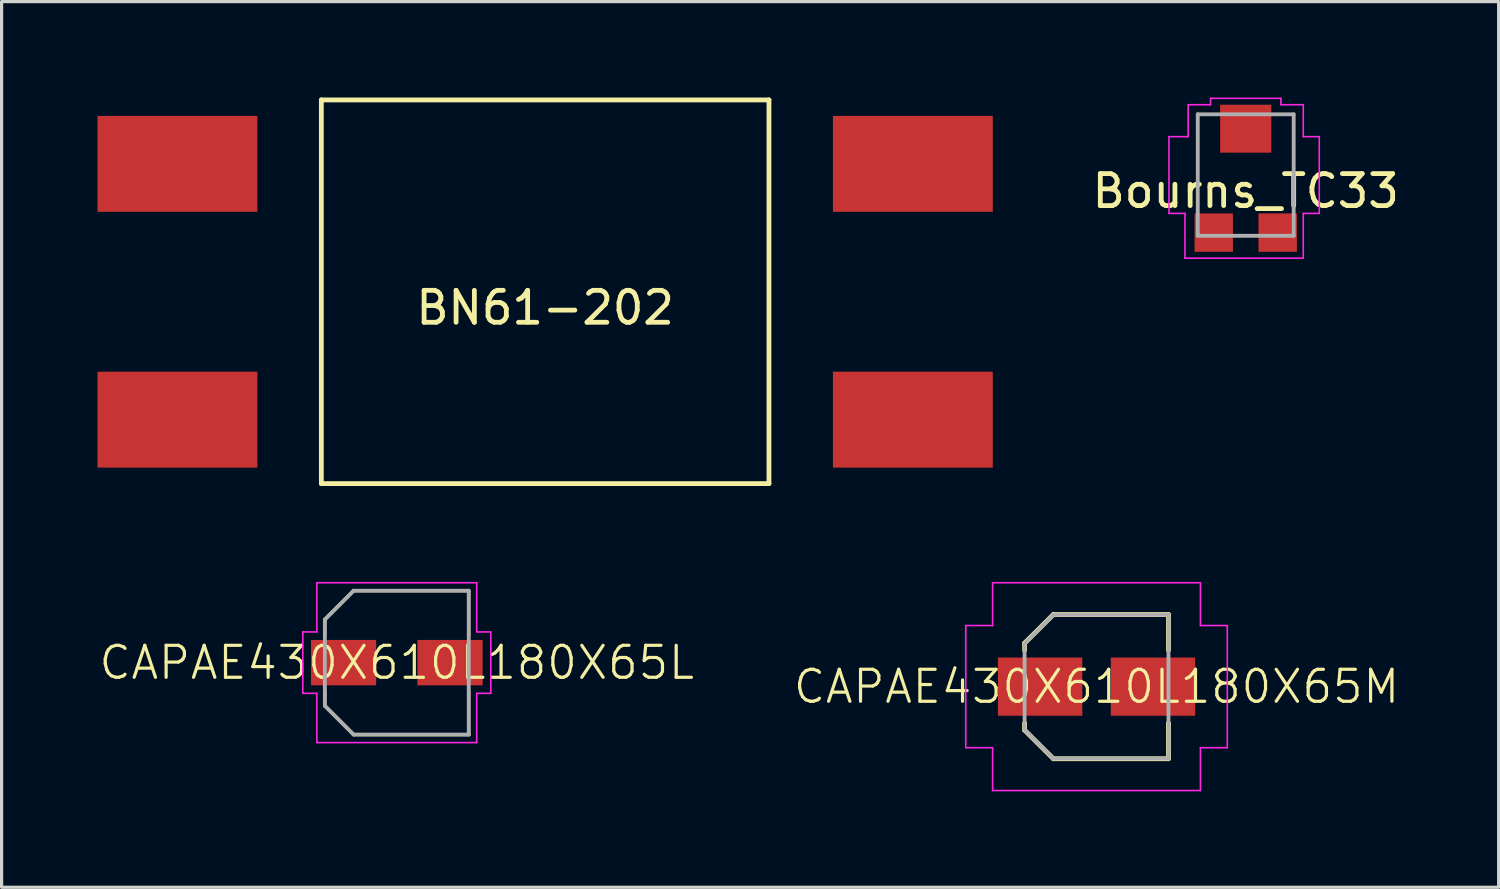
<source format=kicad_pcb>
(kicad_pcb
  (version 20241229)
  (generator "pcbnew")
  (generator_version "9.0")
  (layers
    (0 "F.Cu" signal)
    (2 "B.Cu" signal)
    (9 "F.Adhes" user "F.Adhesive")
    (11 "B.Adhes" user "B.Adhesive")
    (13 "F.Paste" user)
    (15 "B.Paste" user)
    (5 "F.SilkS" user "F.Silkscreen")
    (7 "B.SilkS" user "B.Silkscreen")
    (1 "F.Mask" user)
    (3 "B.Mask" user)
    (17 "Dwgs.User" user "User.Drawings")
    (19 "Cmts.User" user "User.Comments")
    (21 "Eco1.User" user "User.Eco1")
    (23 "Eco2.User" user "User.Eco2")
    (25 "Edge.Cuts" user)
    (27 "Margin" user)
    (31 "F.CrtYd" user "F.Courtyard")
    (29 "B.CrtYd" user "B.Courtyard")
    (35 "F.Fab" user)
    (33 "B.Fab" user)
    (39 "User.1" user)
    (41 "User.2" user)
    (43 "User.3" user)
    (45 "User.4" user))
  (footprint "BN61-202"
    (layer "F.Cu")
    (at 14 6.075)
    (property "Reference" "BN61-202" (at 0 0.5 0) (layer "F.SilkS") (effects (font (size 1 1) (thickness 0.15))))
    (attr through_hole)
    (fp_line (start -7 -6) (end 7 -6) (stroke (width 0.15) (type solid)) (layer "F.SilkS"))
    (fp_line (start -7 6) (end -7 -6) (stroke (width 0.15) (type solid)) (layer "F.SilkS"))
    (fp_line (start 7 -6) (end 7 6) (stroke (width 0.15) (type solid)) (layer "F.SilkS"))
    (fp_line (start 7 6) (end -7 6) (stroke (width 0.15) (type solid)) (layer "F.SilkS"))
    (pad "1" smd rect (at -11.5 -4) (size 5 3) (layers "F.Cu" "F.Mask" "F.Paste"))
    (pad "2" smd rect (at -11.5 4) (size 5 3) (layers "F.Cu" "F.Mask" "F.Paste"))
    (pad "3" smd rect (at 11.5 4) (size 5 3) (layers "F.Cu" "F.Mask" "F.Paste"))
    (pad "4" smd rect (at 11.5 -4) (size 5 3) (layers "F.Cu" "F.Mask" "F.Paste")))
  (footprint "CAPAE430X610L180X65L"
    (layer "F.Cu")
    (at 9.36 17.675)
    (property "Reference" "CAPAE430X610L180X65L" (at 0 0 0) (layer "F.SilkS") (effects (font (size 1 1) (thickness 0.1))))
    (attr smd)
    (fp_line (start -2.25 -1.35) (end -2.25 -0.86) (stroke (width 0.1) (type solid)) (layer "F.SilkS"))
    (fp_line (start -2.25 1.35) (end -2.25 0.86) (stroke (width 0.1) (type solid)) (layer "F.SilkS"))
    (fp_line (start -1.35 -2.25) (end -2.25 -1.35) (stroke (width 0.1) (type solid)) (layer "F.SilkS"))
    (fp_line (start -1.35 2.25) (end -2.25 1.35) (stroke (width 0.1) (type solid)) (layer "F.SilkS"))
    (fp_line (start 2.25 -2.25) (end -1.35 -2.25) (stroke (width 0.1) (type solid)) (layer "F.SilkS"))
    (fp_line (start 2.25 -0.86) (end 2.25 -2.25) (stroke (width 0.1) (type solid)) (layer "F.SilkS"))
    (fp_line (start 2.25 0.86) (end 2.25 2.25) (stroke (width 0.1) (type solid)) (layer "F.SilkS"))
    (fp_line (start 2.25 2.25) (end -1.35 2.25) (stroke (width 0.1) (type solid)) (layer "F.SilkS"))
    (fp_line (start -2.94 -0.96) (end -2.94 0.96) (stroke (width 0.05) (type solid)) (layer "F.CrtYd"))
    (fp_line (start -2.94 0.96) (end -2.5 0.96) (stroke (width 0.05) (type solid)) (layer "F.CrtYd"))
    (fp_line (start -2.5 -2.5) (end -2.5 -0.96) (stroke (width 0.05) (type solid)) (layer "F.CrtYd"))
    (fp_line (start -2.5 -0.96) (end -2.94 -0.96) (stroke (width 0.05) (type solid)) (layer "F.CrtYd"))
    (fp_line (start -2.5 0.96) (end -2.5 2.5) (stroke (width 0.05) (type solid)) (layer "F.CrtYd"))
    (fp_line (start -2.5 2.5) (end 2.5 2.5) (stroke (width 0.05) (type solid)) (layer "F.CrtYd"))
    (fp_line (start 2.5 -2.5) (end -2.5 -2.5) (stroke (width 0.05) (type solid)) (layer "F.CrtYd"))
    (fp_line (start 2.5 -0.96) (end 2.5 -2.5) (stroke (width 0.05) (type solid)) (layer "F.CrtYd"))
    (fp_line (start 2.5 0.96) (end 2.94 0.96) (stroke (width 0.05) (type solid)) (layer "F.CrtYd"))
    (fp_line (start 2.5 2.5) (end 2.5 0.96) (stroke (width 0.05) (type solid)) (layer "F.CrtYd"))
    (fp_line (start 2.94 -0.96) (end 2.5 -0.96) (stroke (width 0.05) (type solid)) (layer "F.CrtYd"))
    (fp_line (start 2.94 0.96) (end 2.94 -0.96) (stroke (width 0.05) (type solid)) (layer "F.CrtYd"))
    (fp_line (start -2.25 -1.35) (end -1.35 -2.25) (stroke (width 0.12) (type solid)) (layer "F.Fab"))
    (fp_line (start -2.25 1.35) (end -2.25 -1.35) (stroke (width 0.12) (type solid)) (layer "F.Fab"))
    (fp_line (start -1.35 -2.25) (end 2.25 -2.25) (stroke (width 0.12) (type solid)) (layer "F.Fab"))
    (fp_line (start -1.35 2.25) (end -2.25 1.35) (stroke (width 0.12) (type solid)) (layer "F.Fab"))
    (fp_line (start 2.25 -2.25) (end 2.25 2.25) (stroke (width 0.12) (type solid)) (layer "F.Fab"))
    (fp_line (start 2.25 2.25) (end -1.35 2.25) (stroke (width 0.12) (type solid)) (layer "F.Fab"))
    (pad "1" smd rect (at -1.665 0) (size 2.04 1.42) (layers "F.Cu" "F.Mask" "F.Paste"))
    (pad "2" smd rect (at 1.665 0) (size 2.04 1.42) (layers "F.Cu" "F.Mask" "F.Paste")))
  (footprint "Bourns_TC33"
    (layer "F.Cu")
    (at 35.911 2.425)
    (property "Reference" "Bourns_TC33" (at 0 0.5 0) (layer "F.SilkS") (effects (font (size 1 1) (thickness 0.15))))
    (attr through_hole)
    (fp_line (start -2.4 -1.2) (end -1.8 -1.2) (stroke (width 0.05) (type solid)) (layer "F.CrtYd"))
    (fp_line (start -2.4 1.2) (end -2.4 -1.2) (stroke (width 0.05) (type solid)) (layer "F.CrtYd"))
    (fp_line (start -1.9 1.2) (end -2.4 1.2) (stroke (width 0.05) (type solid)) (layer "F.CrtYd"))
    (fp_line (start -1.9 2.6) (end -1.9 1.2) (stroke (width 0.05) (type solid)) (layer "F.CrtYd"))
    (fp_line (start -1.8 -2.2) (end -1.1 -2.2) (stroke (width 0.05) (type solid)) (layer "F.CrtYd"))
    (fp_line (start -1.8 -1.2) (end -1.8 -2.2) (stroke (width 0.05) (type solid)) (layer "F.CrtYd"))
    (fp_line (start -1.1 -2.4) (end 1.1 -2.4) (stroke (width 0.05) (type solid)) (layer "F.CrtYd"))
    (fp_line (start -1.1 -2.2) (end -1.1 -2.4) (stroke (width 0.05) (type solid)) (layer "F.CrtYd"))
    (fp_line (start 1.1 -2.4) (end 1.1 -2.2) (stroke (width 0.05) (type solid)) (layer "F.CrtYd"))
    (fp_line (start 1.1 -2.2) (end 1.8 -2.2) (stroke (width 0.05) (type solid)) (layer "F.CrtYd"))
    (fp_line (start 1.8 -2.2) (end 1.8 -1.2) (stroke (width 0.05) (type solid)) (layer "F.CrtYd"))
    (fp_line (start 1.8 -1.2) (end 2.3 -1.2) (stroke (width 0.05) (type solid)) (layer "F.CrtYd"))
    (fp_line (start 1.8 1.2) (end 1.8 2.6) (stroke (width 0.05) (type solid)) (layer "F.CrtYd"))
    (fp_line (start 1.8 2.6) (end -1.9 2.6) (stroke (width 0.05) (type solid)) (layer "F.CrtYd"))
    (fp_line (start 2.3 -1.2) (end 2.3 1.2) (stroke (width 0.05) (type solid)) (layer "F.CrtYd"))
    (fp_line (start 2.3 1.2) (end 1.8 1.2) (stroke (width 0.05) (type solid)) (layer "F.CrtYd"))
    (fp_line (start -1.5 -1.9) (end 1.5 -1.9) (stroke (width 0.12) (type solid)) (layer "F.Fab"))
    (fp_line (start -1.5 1.9) (end -1.5 -1.9) (stroke (width 0.12) (type solid)) (layer "F.Fab"))
    (fp_line (start 1.5 -1.9) (end 1.5 1.9) (stroke (width 0.12) (type solid)) (layer "F.Fab"))
    (fp_line (start 1.5 1.9) (end -1.5 1.9) (stroke (width 0.12) (type solid)) (layer "F.Fab"))
    (pad "1" smd rect (at -1 1.8) (size 1.2 1.2) (layers "F.Cu" "F.Mask" "F.Paste"))
    (pad "2" smd rect (at 0 -1.45) (size 1.6 1.5) (layers "F.Cu" "F.Mask" "F.Paste"))
    (pad "3" smd rect (at 1 1.8) (size 1.2 1.2) (layers "F.Cu" "F.Mask" "F.Paste")))
  (footprint "CAPAE430X610L180X65M"
    (layer "F.Cu")
    (at 31.245 18.425)
    (property "Reference" "CAPAE430X610L180X65M" (at 0 0 0) (layer "F.SilkS") (effects (font (size 1 1) (thickness 0.1))))
    (attr smd)
    (fp_line (start -2.25 -1.36) (end -2.25 -1.14) (stroke (width 0.15) (type solid)) (layer "F.SilkS"))
    (fp_line (start -2.25 1.36) (end -2.25 1.14) (stroke (width 0.15) (type solid)) (layer "F.SilkS"))
    (fp_line (start -1.35 -2.255) (end -2.25 -1.36) (stroke (width 0.15) (type solid)) (layer "F.SilkS"))
    (fp_line (start -1.35 2.255) (end -2.25 1.36) (stroke (width 0.15) (type solid)) (layer "F.SilkS"))
    (fp_line (start 2.25 -2.255) (end -1.35 -2.255) (stroke (width 0.15) (type solid)) (layer "F.SilkS"))
    (fp_line (start 2.25 -1.14) (end 2.25 -2.255) (stroke (width 0.15) (type solid)) (layer "F.SilkS"))
    (fp_line (start 2.25 1.14) (end 2.25 2.255) (stroke (width 0.15) (type solid)) (layer "F.SilkS"))
    (fp_line (start 2.25 2.255) (end -1.35 2.255) (stroke (width 0.15) (type solid)) (layer "F.SilkS"))
    (fp_line (start -4.09 -1.91) (end -4.09 1.91) (stroke (width 0.05) (type solid)) (layer "F.CrtYd"))
    (fp_line (start -4.09 1.91) (end -3.25 1.91) (stroke (width 0.05) (type solid)) (layer "F.CrtYd"))
    (fp_line (start -3.25 -3.25) (end -3.25 -1.91) (stroke (width 0.05) (type solid)) (layer "F.CrtYd"))
    (fp_line (start -3.25 -1.91) (end -4.09 -1.91) (stroke (width 0.05) (type solid)) (layer "F.CrtYd"))
    (fp_line (start -3.25 1.91) (end -3.25 3.25) (stroke (width 0.05) (type solid)) (layer "F.CrtYd"))
    (fp_line (start -3.25 3.25) (end 3.25 3.25) (stroke (width 0.05) (type solid)) (layer "F.CrtYd"))
    (fp_line (start 3.25 -3.25) (end -3.25 -3.25) (stroke (width 0.05) (type solid)) (layer "F.CrtYd"))
    (fp_line (start 3.25 -1.91) (end 3.25 -3.25) (stroke (width 0.05) (type solid)) (layer "F.CrtYd"))
    (fp_line (start 3.25 1.91) (end 4.09 1.91) (stroke (width 0.05) (type solid)) (layer "F.CrtYd"))
    (fp_line (start 3.25 3.25) (end 3.25 1.91) (stroke (width 0.05) (type solid)) (layer "F.CrtYd"))
    (fp_line (start 4.09 -1.91) (end 3.25 -1.91) (stroke (width 0.05) (type solid)) (layer "F.CrtYd"))
    (fp_line (start 4.09 1.91) (end 4.09 -1.91) (stroke (width 0.05) (type solid)) (layer "F.CrtYd"))
    (fp_line (start -2.25 -1.35) (end -1.35 -2.25) (stroke (width 0.12) (type solid)) (layer "F.Fab"))
    (fp_line (start -2.25 1.35) (end -2.25 -1.35) (stroke (width 0.12) (type solid)) (layer "F.Fab"))
    (fp_line (start -1.35 -2.25) (end 2.25 -2.25) (stroke (width 0.12) (type solid)) (layer "F.Fab"))
    (fp_line (start -1.35 2.25) (end -2.25 1.35) (stroke (width 0.12) (type solid)) (layer "F.Fab"))
    (fp_line (start 2.25 -2.25) (end 2.25 2.25) (stroke (width 0.12) (type solid)) (layer "F.Fab"))
    (fp_line (start 2.25 2.25) (end -1.35 2.25) (stroke (width 0.12) (type solid)) (layer "F.Fab"))
    (pad "1" smd rect (at -1.765 0) (size 2.64 1.82) (layers "F.Cu" "F.Mask" "F.Paste"))
    (pad "2" smd rect (at 1.765 0) (size 2.64 1.82) (layers "F.Cu" "F.Mask" "F.Paste")))
  (gr_rect
    (start -3 -3)
    (end 43.821 24.7)
    (stroke (width 0.1) (type default))
    (fill no)
    (layer "Edge.Cuts")))
</source>
